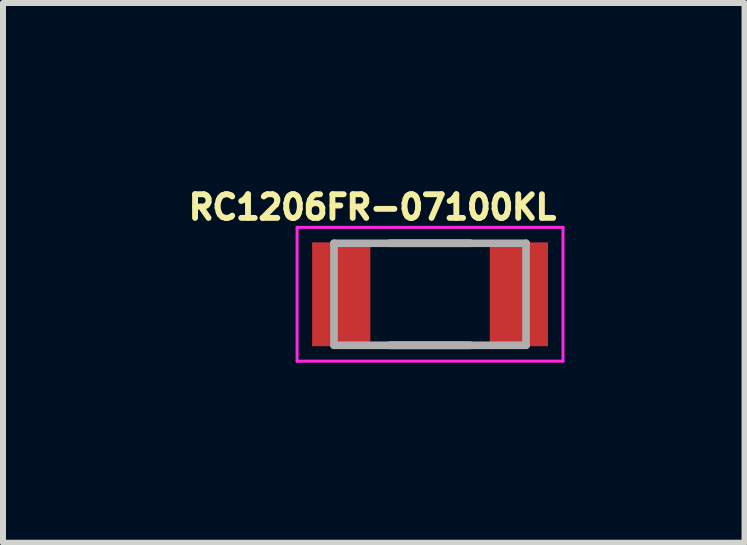
<source format=kicad_pcb>
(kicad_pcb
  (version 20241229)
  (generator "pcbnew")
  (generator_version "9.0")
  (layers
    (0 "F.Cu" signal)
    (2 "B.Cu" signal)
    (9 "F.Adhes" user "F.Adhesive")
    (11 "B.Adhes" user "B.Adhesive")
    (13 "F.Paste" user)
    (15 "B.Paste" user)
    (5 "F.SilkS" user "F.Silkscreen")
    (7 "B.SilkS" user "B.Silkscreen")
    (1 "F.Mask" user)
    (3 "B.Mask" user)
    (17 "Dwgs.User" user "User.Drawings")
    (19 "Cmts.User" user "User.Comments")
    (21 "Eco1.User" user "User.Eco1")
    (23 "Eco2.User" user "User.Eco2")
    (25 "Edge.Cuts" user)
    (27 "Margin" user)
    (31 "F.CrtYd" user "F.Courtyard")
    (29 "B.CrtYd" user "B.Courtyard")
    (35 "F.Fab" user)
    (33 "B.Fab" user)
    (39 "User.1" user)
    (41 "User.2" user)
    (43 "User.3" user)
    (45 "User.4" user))
  (footprint "RC1206FR-07100KL"
    (layer "F.Cu")
    (at 4.115 1.853)
    (property "Reference" "RC1206FR-07100KL" (at -0.96 -1.45 0) (layer "F.SilkS") (effects (font (size 0.394 0.394) (thickness 0.098))))
    (attr smd)
    (fp_line (start -0.67 -0.85) (end 0.67 -0.85) (stroke (width 0.127) (type solid)) (layer "F.SilkS"))
    (fp_line (start -0.67 0.85) (end 0.67 0.85) (stroke (width 0.127) (type solid)) (layer "F.SilkS"))
    (fp_line (start -2.215 -1.115) (end 2.215 -1.115) (stroke (width 0.05) (type solid)) (layer "F.CrtYd"))
    (fp_line (start -2.215 1.115) (end -2.215 -1.115) (stroke (width 0.05) (type solid)) (layer "F.CrtYd"))
    (fp_line (start -2.215 1.115) (end 2.215 1.115) (stroke (width 0.05) (type solid)) (layer "F.CrtYd"))
    (fp_line (start 2.215 1.115) (end 2.215 -1.115) (stroke (width 0.05) (type solid)) (layer "F.CrtYd"))
    (fp_line (start -1.6 0.85) (end -1.6 -0.85) (stroke (width 0.127) (type solid)) (layer "F.Fab"))
    (fp_line (start 1.6 -0.85) (end -1.6 -0.85) (stroke (width 0.127) (type solid)) (layer "F.Fab"))
    (fp_line (start 1.6 0.85) (end -1.6 0.85) (stroke (width 0.127) (type solid)) (layer "F.Fab"))
    (fp_line (start 1.6 0.85) (end 1.6 -0.85) (stroke (width 0.127) (type solid)) (layer "F.Fab"))
    (pad "1" smd rect (at -1.48 0) (size 0.97 1.73) (layers "F.Cu" "F.Mask" "F.Paste"))
    (pad "2" smd rect (at 1.48 0) (size 0.97 1.73) (layers "F.Cu" "F.Mask" "F.Paste")))
  (gr_rect
    (start -3 -3)
    (end 9.355 5.993)
    (stroke (width 0.1) (type default))
    (fill no)
    (layer "Edge.Cuts")))
</source>
